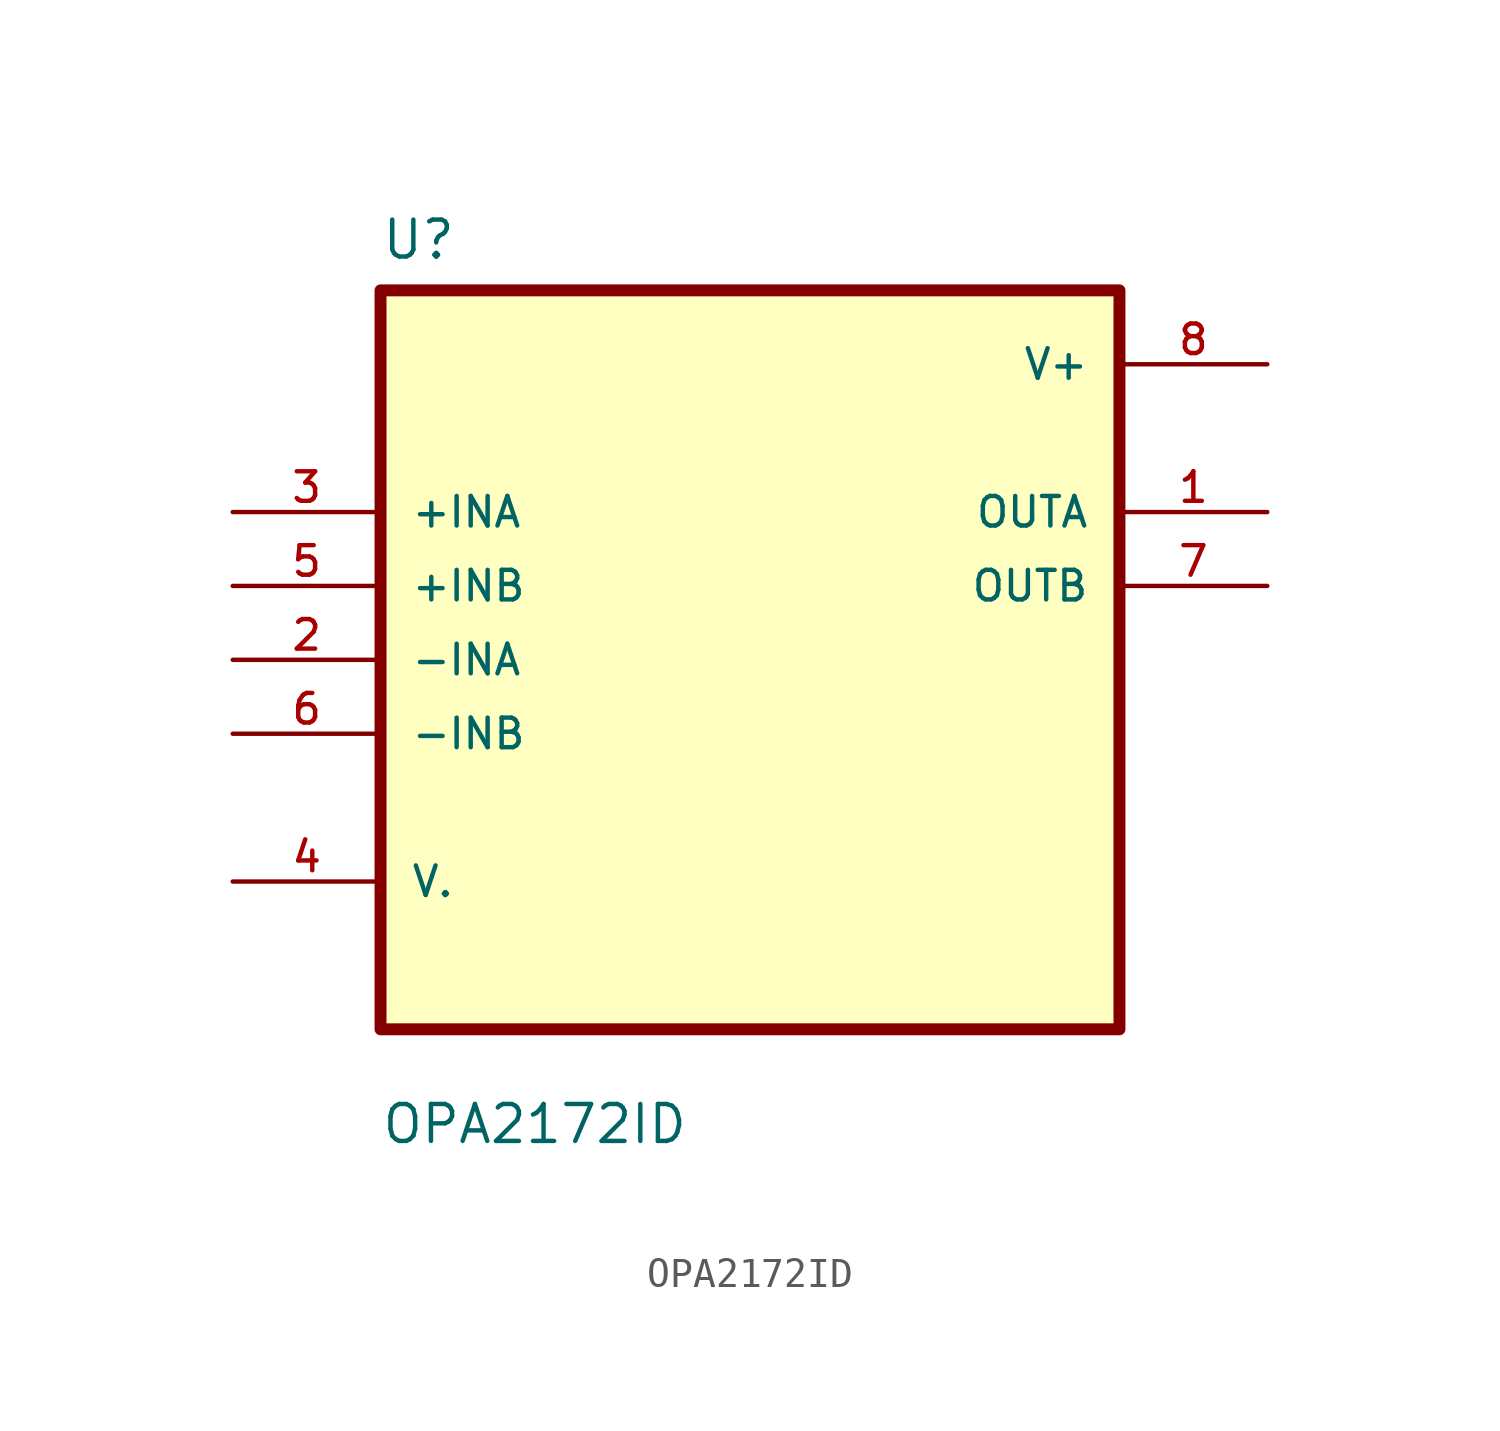
<source format=kicad_sym>
(kicad_symbol_lib
  (version 20211014)
  (generator kicad_symbol_editor)
  (symbol "OPA2172ID"
    (pin_names
      (offset 1.016))
    (property "Reference" "U"
      (at -12.7 13.7 0.0)
      (effects (font (size 1.27 1.27)) (justify bottom left)))
    (property "Value" "OPA2172ID"
      (at -12.7 -16.7 0.0)
      (effects (font (size 1.27 1.27)) (justify bottom left)))
    (symbol "OPA2172ID_0_0"
      (rectangle (start -12.7 -12.7) (end 12.7 12.7) (stroke (width 0.41)) (fill (type background)))
      (pin input line (at -17.78 5.08 0) (length 5.08) (name "+INA" (effects (font (size 1.016 1.016)))) (number "3" (effects (font (size 1.016 1.016)))))
      (pin input line (at -17.78 2.54 0) (length 5.08) (name "+INB" (effects (font (size 1.016 1.016)))) (number "5" (effects (font (size 1.016 1.016)))))
      (pin input line (at -17.78 -8.88178e-16 0) (length 5.08) (name "-INA" (effects (font (size 1.016 1.016)))) (number "2" (effects (font (size 1.016 1.016)))))
      (pin input line (at -17.78 -2.54 0) (length 5.08) (name "-INB" (effects (font (size 1.016 1.016)))) (number "6" (effects (font (size 1.016 1.016)))))
      (pin bidirectional line (at -17.78 -7.62 0) (length 5.08) (name "V." (effects (font (size 1.016 1.016)))) (number "4" (effects (font (size 1.016 1.016)))))
      (pin power_in line (at 17.78 10.16 180.0) (length 5.08) (name "V+" (effects (font (size 1.016 1.016)))) (number "8" (effects (font (size 1.016 1.016)))))
      (pin output line (at 17.78 5.08 180.0) (length 5.08) (name "OUTA" (effects (font (size 1.016 1.016)))) (number "1" (effects (font (size 1.016 1.016)))))
      (pin output line (at 17.78 2.54 180.0) (length 5.08) (name "OUTB" (effects (font (size 1.016 1.016)))) (number "7" (effects (font (size 1.016 1.016))))))))
</source>
